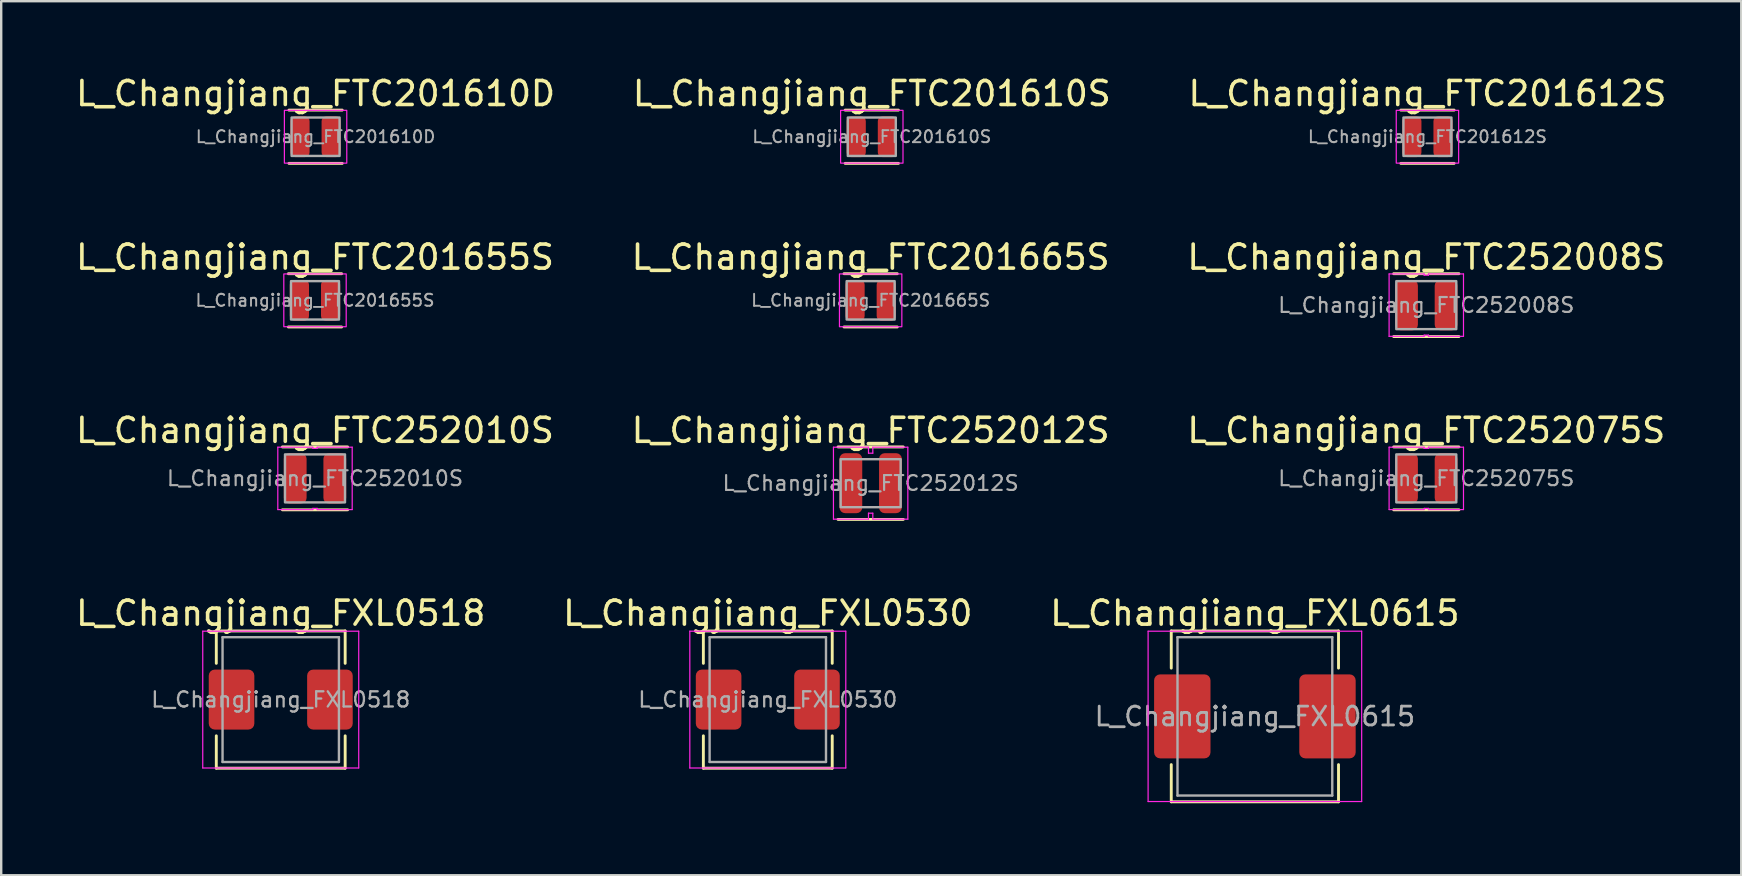
<source format=kicad_pcb>
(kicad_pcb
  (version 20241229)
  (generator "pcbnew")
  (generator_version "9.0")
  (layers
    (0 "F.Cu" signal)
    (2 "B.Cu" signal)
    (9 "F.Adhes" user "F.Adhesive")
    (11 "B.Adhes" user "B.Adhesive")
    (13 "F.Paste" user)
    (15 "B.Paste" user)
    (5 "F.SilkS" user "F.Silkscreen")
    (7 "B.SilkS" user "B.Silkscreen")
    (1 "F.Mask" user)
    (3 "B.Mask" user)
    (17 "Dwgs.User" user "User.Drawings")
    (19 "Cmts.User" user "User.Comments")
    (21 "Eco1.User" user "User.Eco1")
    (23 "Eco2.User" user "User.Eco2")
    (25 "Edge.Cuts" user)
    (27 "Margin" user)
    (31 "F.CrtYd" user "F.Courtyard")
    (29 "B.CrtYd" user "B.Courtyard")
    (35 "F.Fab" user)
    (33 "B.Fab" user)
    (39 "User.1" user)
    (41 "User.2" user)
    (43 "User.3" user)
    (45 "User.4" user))
  (footprint "L_Changjiang_FTC252075S"
    (layer "F.Cu")
    (at 56.387 16.885)
    (property "Reference" "L_Changjiang_FTC252075S" (at 0 -2 0) (layer "F.SilkS") (effects (font (size 1 1) (thickness 0.15))))
    (attr smd)
    (fp_line (start -1.36 -1.31) (end 1.36 -1.31) (stroke (width 0.12) (type solid)) (layer "F.SilkS"))
    (fp_line (start 1.36 1.31) (end -1.36 1.31) (stroke (width 0.12) (type solid)) (layer "F.SilkS"))
    (fp_line (start -1.55 -1.3) (end -0.09 -1.3) (stroke (width 0.05) (type solid)) (layer "F.CrtYd"))
    (fp_line (start -1.55 1.3) (end -1.55 -1.3) (stroke (width 0.05) (type solid)) (layer "F.CrtYd"))
    (fp_line (start -0.09 -1.3) (end -0.09 -1.25) (stroke (width 0.05) (type solid)) (layer "F.CrtYd"))
    (fp_line (start -0.09 -1.25) (end 0.09 -1.25) (stroke (width 0.05) (type solid)) (layer "F.CrtYd"))
    (fp_line (start -0.09 1.25) (end -0.09 1.3) (stroke (width 0.05) (type solid)) (layer "F.CrtYd"))
    (fp_line (start -0.09 1.3) (end -1.55 1.3) (stroke (width 0.05) (type solid)) (layer "F.CrtYd"))
    (fp_line (start 0.09 -1.3) (end 1.55 -1.3) (stroke (width 0.05) (type solid)) (layer "F.CrtYd"))
    (fp_line (start 0.09 -1.25) (end 0.09 -1.3) (stroke (width 0.05) (type solid)) (layer "F.CrtYd"))
    (fp_line (start 0.09 1.25) (end -0.09 1.25) (stroke (width 0.05) (type solid)) (layer "F.CrtYd"))
    (fp_line (start 0.09 1.3) (end 0.09 1.25) (stroke (width 0.05) (type solid)) (layer "F.CrtYd"))
    (fp_line (start 1.55 -1.3) (end 1.55 1.3) (stroke (width 0.05) (type solid)) (layer "F.CrtYd"))
    (fp_line (start 1.55 1.3) (end 0.09 1.3) (stroke (width 0.05) (type solid)) (layer "F.CrtYd"))
    (fp_rect (start -1.25 -1) (end 1.25 1) (stroke (width 0.1) (type solid)) (fill no) (layer "F.Fab"))
    (fp_text user "${REFERENCE}" (at 0 0 0) (layer "F.Fab") (effects (font (size 0.62 0.62) (thickness 0.09))))
    (pad "1" smd roundrect (at -0.825 0) (size 0.95 2.1) (layers "F.Cu" "F.Mask" "F.Paste") (roundrect_rratio 0.25))
    (pad "2" smd roundrect (at 0.825 0) (size 0.95 2.1) (layers "F.Cu" "F.Mask" "F.Paste") (roundrect_rratio 0.25)))
  (footprint "L_Changjiang_FTC201610S"
    (layer "F.Cu")
    (at 33.28 2.648)
    (property "Reference" "L_Changjiang_FTC201610S" (at 0 -1.8 0) (layer "F.SilkS") (effects (font (size 1 1) (thickness 0.15))))
    (attr smd)
    (fp_line (start -1.11 -1.11) (end 1.11 -1.11) (stroke (width 0.12) (type solid)) (layer "F.SilkS"))
    (fp_line (start 1.11 1.11) (end -1.11 1.11) (stroke (width 0.12) (type solid)) (layer "F.SilkS"))
    (fp_rect (start -1.3 -1.1) (end 1.3 1.1) (stroke (width 0.05) (type solid)) (fill no) (layer "F.CrtYd"))
    (fp_rect (start -1 -0.8) (end 1 0.8) (stroke (width 0.1) (type solid)) (fill no) (layer "F.Fab"))
    (fp_text user "${REFERENCE}" (at 0 0 0) (layer "F.Fab") (effects (font (size 0.5 0.5) (thickness 0.08))))
    (pad "1" smd roundrect (at -0.65 0) (size 0.8 1.7) (layers "F.Cu" "F.Mask" "F.Paste") (roundrect_rratio 0.25))
    (pad "2" smd roundrect (at 0.65 0) (size 0.8 1.7) (layers "F.Cu" "F.Mask" "F.Paste") (roundrect_rratio 0.25)))
  (footprint "L_Changjiang_FXL0615"
    (layer "F.Cu")
    (at 49.244 26.803)
    (property "Reference" "L_Changjiang_FXL0615" (at 0 -4.3 0) (layer "F.SilkS") (effects (font (size 1 1) (thickness 0.15))))
    (attr smd)
    (fp_line (start -3.485 -3.56) (end -3.485 -2.01) (stroke (width 0.12) (type solid)) (layer "F.SilkS"))
    (fp_line (start -3.485 -3.56) (end 3.485 -3.56) (stroke (width 0.12) (type solid)) (layer "F.SilkS"))
    (fp_line (start -3.485 3.56) (end -3.485 2.01) (stroke (width 0.12) (type solid)) (layer "F.SilkS"))
    (fp_line (start -3.485 3.56) (end 3.485 3.56) (stroke (width 0.12) (type solid)) (layer "F.SilkS"))
    (fp_line (start 3.485 -3.56) (end 3.485 -2.01) (stroke (width 0.12) (type solid)) (layer "F.SilkS"))
    (fp_line (start 3.485 3.56) (end 3.485 2.01) (stroke (width 0.12) (type solid)) (layer "F.SilkS"))
    (fp_line (start -4.45 -3.55) (end -4.45 3.55) (stroke (width 0.05) (type solid)) (layer "F.CrtYd"))
    (fp_line (start -4.45 3.55) (end 4.45 3.55) (stroke (width 0.05) (type solid)) (layer "F.CrtYd"))
    (fp_line (start 4.45 -3.55) (end -4.45 -3.55) (stroke (width 0.05) (type solid)) (layer "F.CrtYd"))
    (fp_line (start 4.45 3.55) (end 4.45 -3.55) (stroke (width 0.05) (type solid)) (layer "F.CrtYd"))
    (fp_line (start -3.225 -3.3) (end -3.225 3.3) (stroke (width 0.1) (type solid)) (layer "F.Fab"))
    (fp_line (start -3.225 3.3) (end 3.225 3.3) (stroke (width 0.1) (type solid)) (layer "F.Fab"))
    (fp_line (start 3.225 -3.3) (end -3.225 -3.3) (stroke (width 0.1) (type solid)) (layer "F.Fab"))
    (fp_line (start 3.225 3.3) (end 3.225 -3.3) (stroke (width 0.1) (type solid)) (layer "F.Fab"))
    (fp_text user "${REFERENCE}" (at 0 0 0) (layer "F.Fab") (effects (font (size 0.783 0.783) (thickness 0.117))))
    (pad "1" smd roundrect (at -3.025 0) (size 2.35 3.5) (layers "F.Cu" "F.Mask" "F.Paste") (roundrect_rratio 0.106))
    (pad "2" smd roundrect (at 3.025 0) (size 2.35 3.5) (layers "F.Cu" "F.Mask" "F.Paste") (roundrect_rratio 0.106)))
  (footprint "L_Changjiang_FXL0530"
    (layer "F.Cu")
    (at 28.946 26.103)
    (property "Reference" "L_Changjiang_FXL0530" (at 0 -3.6 0) (layer "F.SilkS") (effects (font (size 1 1) (thickness 0.15))))
    (attr smd)
    (fp_line (start -2.685 -2.86) (end -2.685 -1.51) (stroke (width 0.12) (type solid)) (layer "F.SilkS"))
    (fp_line (start -2.685 -2.86) (end 2.685 -2.86) (stroke (width 0.12) (type solid)) (layer "F.SilkS"))
    (fp_line (start -2.685 2.86) (end -2.685 1.51) (stroke (width 0.12) (type solid)) (layer "F.SilkS"))
    (fp_line (start -2.685 2.86) (end 2.685 2.86) (stroke (width 0.12) (type solid)) (layer "F.SilkS"))
    (fp_line (start 2.685 -2.86) (end 2.685 -1.51) (stroke (width 0.12) (type solid)) (layer "F.SilkS"))
    (fp_line (start 2.685 2.86) (end 2.685 1.51) (stroke (width 0.12) (type solid)) (layer "F.SilkS"))
    (fp_line (start -3.25 -2.85) (end -3.25 2.85) (stroke (width 0.05) (type solid)) (layer "F.CrtYd"))
    (fp_line (start -3.25 2.85) (end 3.25 2.85) (stroke (width 0.05) (type solid)) (layer "F.CrtYd"))
    (fp_line (start 3.25 -2.85) (end -3.25 -2.85) (stroke (width 0.05) (type solid)) (layer "F.CrtYd"))
    (fp_line (start 3.25 2.85) (end 3.25 -2.85) (stroke (width 0.05) (type solid)) (layer "F.CrtYd"))
    (fp_line (start -2.425 -2.6) (end -2.425 2.6) (stroke (width 0.1) (type solid)) (layer "F.Fab"))
    (fp_line (start -2.425 2.6) (end 2.425 2.6) (stroke (width 0.1) (type solid)) (layer "F.Fab"))
    (fp_line (start 2.425 -2.6) (end -2.425 -2.6) (stroke (width 0.1) (type solid)) (layer "F.Fab"))
    (fp_line (start 2.425 2.6) (end 2.425 -2.6) (stroke (width 0.1) (type solid)) (layer "F.Fab"))
    (fp_text user "${REFERENCE}" (at 0 0 0) (layer "F.Fab") (effects (font (size 0.633 0.633) (thickness 0.095))))
    (pad "1" smd roundrect (at -2.05 0) (size 1.9 2.5) (layers "F.Cu" "F.Mask" "F.Paste") (roundrect_rratio 0.132))
    (pad "2" smd roundrect (at 2.05 0) (size 1.9 2.5) (layers "F.Cu" "F.Mask" "F.Paste") (roundrect_rratio 0.132)))
  (footprint "L_Changjiang_FTC201665S"
    (layer "F.Cu")
    (at 33.232 9.466)
    (property "Reference" "L_Changjiang_FTC201665S" (at 0 -1.8 0) (layer "F.SilkS") (effects (font (size 1 1) (thickness 0.15))))
    (attr smd)
    (fp_line (start -1.11 -1.11) (end 1.11 -1.11) (stroke (width 0.12) (type solid)) (layer "F.SilkS"))
    (fp_line (start 1.11 1.11) (end -1.11 1.11) (stroke (width 0.12) (type solid)) (layer "F.SilkS"))
    (fp_rect (start -1.3 -1.1) (end 1.3 1.1) (stroke (width 0.05) (type solid)) (fill no) (layer "F.CrtYd"))
    (fp_rect (start -1 -0.8) (end 1 0.8) (stroke (width 0.1) (type solid)) (fill no) (layer "F.Fab"))
    (fp_text user "${REFERENCE}" (at 0 0 0) (layer "F.Fab") (effects (font (size 0.5 0.5) (thickness 0.08))))
    (pad "1" smd roundrect (at -0.65 0) (size 0.8 1.7) (layers "F.Cu" "F.Mask" "F.Paste") (roundrect_rratio 0.25))
    (pad "2" smd roundrect (at 0.65 0) (size 0.8 1.7) (layers "F.Cu" "F.Mask" "F.Paste") (roundrect_rratio 0.25)))
  (footprint "L_Changjiang_FTC252012S"
    (layer "F.Cu")
    (at 33.232 17.085)
    (property "Reference" "L_Changjiang_FTC252012S" (at 0 -2.2 0) (layer "F.SilkS") (effects (font (size 1 1) (thickness 0.15))))
    (attr smd)
    (fp_line (start -1.36 -1.51) (end 1.36 -1.51) (stroke (width 0.12) (type solid)) (layer "F.SilkS"))
    (fp_line (start 1.36 1.51) (end -1.36 1.51) (stroke (width 0.12) (type solid)) (layer "F.SilkS"))
    (fp_line (start -1.55 -1.5) (end -0.09 -1.5) (stroke (width 0.05) (type solid)) (layer "F.CrtYd"))
    (fp_line (start -1.55 1.5) (end -1.55 -1.5) (stroke (width 0.05) (type solid)) (layer "F.CrtYd"))
    (fp_line (start -0.09 -1.5) (end -0.09 -1.25) (stroke (width 0.05) (type solid)) (layer "F.CrtYd"))
    (fp_line (start -0.09 -1.25) (end 0.09 -1.25) (stroke (width 0.05) (type solid)) (layer "F.CrtYd"))
    (fp_line (start -0.09 1.25) (end -0.09 1.5) (stroke (width 0.05) (type solid)) (layer "F.CrtYd"))
    (fp_line (start -0.09 1.5) (end -1.55 1.5) (stroke (width 0.05) (type solid)) (layer "F.CrtYd"))
    (fp_line (start 0.09 -1.5) (end 1.55 -1.5) (stroke (width 0.05) (type solid)) (layer "F.CrtYd"))
    (fp_line (start 0.09 -1.25) (end 0.09 -1.5) (stroke (width 0.05) (type solid)) (layer "F.CrtYd"))
    (fp_line (start 0.09 1.25) (end -0.09 1.25) (stroke (width 0.05) (type solid)) (layer "F.CrtYd"))
    (fp_line (start 0.09 1.5) (end 0.09 1.25) (stroke (width 0.05) (type solid)) (layer "F.CrtYd"))
    (fp_line (start 1.55 -1.5) (end 1.55 1.5) (stroke (width 0.05) (type solid)) (layer "F.CrtYd"))
    (fp_line (start 1.55 1.5) (end 0.09 1.5) (stroke (width 0.05) (type solid)) (layer "F.CrtYd"))
    (fp_rect (start -1.25 -1) (end 1.25 1) (stroke (width 0.1) (type solid)) (fill no) (layer "F.Fab"))
    (fp_text user "${REFERENCE}" (at 0 0 0) (layer "F.Fab") (effects (font (size 0.62 0.62) (thickness 0.09))))
    (pad "1" smd roundrect (at -0.825 0) (size 0.95 2.5) (layers "F.Cu" "F.Mask" "F.Paste") (roundrect_rratio 0.25))
    (pad "2" smd roundrect (at 0.825 0) (size 0.95 2.5) (layers "F.Cu" "F.Mask" "F.Paste") (roundrect_rratio 0.25)))
  (footprint "L_Changjiang_FXL0518"
    (layer "F.Cu")
    (at 8.649 26.103)
    (property "Reference" "L_Changjiang_FXL0518" (at 0 -3.6 0) (layer "F.SilkS") (effects (font (size 1 1) (thickness 0.15))))
    (attr smd)
    (fp_line (start -2.685 -2.86) (end -2.685 -1.51) (stroke (width 0.12) (type solid)) (layer "F.SilkS"))
    (fp_line (start -2.685 -2.86) (end 2.685 -2.86) (stroke (width 0.12) (type solid)) (layer "F.SilkS"))
    (fp_line (start -2.685 2.86) (end -2.685 1.51) (stroke (width 0.12) (type solid)) (layer "F.SilkS"))
    (fp_line (start -2.685 2.86) (end 2.685 2.86) (stroke (width 0.12) (type solid)) (layer "F.SilkS"))
    (fp_line (start 2.685 -2.86) (end 2.685 -1.51) (stroke (width 0.12) (type solid)) (layer "F.SilkS"))
    (fp_line (start 2.685 2.86) (end 2.685 1.51) (stroke (width 0.12) (type solid)) (layer "F.SilkS"))
    (fp_line (start -3.25 -2.85) (end -3.25 2.85) (stroke (width 0.05) (type solid)) (layer "F.CrtYd"))
    (fp_line (start -3.25 2.85) (end 3.25 2.85) (stroke (width 0.05) (type solid)) (layer "F.CrtYd"))
    (fp_line (start 3.25 -2.85) (end -3.25 -2.85) (stroke (width 0.05) (type solid)) (layer "F.CrtYd"))
    (fp_line (start 3.25 2.85) (end 3.25 -2.85) (stroke (width 0.05) (type solid)) (layer "F.CrtYd"))
    (fp_line (start -2.425 -2.6) (end -2.425 2.6) (stroke (width 0.1) (type solid)) (layer "F.Fab"))
    (fp_line (start -2.425 2.6) (end 2.425 2.6) (stroke (width 0.1) (type solid)) (layer "F.Fab"))
    (fp_line (start 2.425 -2.6) (end -2.425 -2.6) (stroke (width 0.1) (type solid)) (layer "F.Fab"))
    (fp_line (start 2.425 2.6) (end 2.425 -2.6) (stroke (width 0.1) (type solid)) (layer "F.Fab"))
    (fp_text user "${REFERENCE}" (at 0 0 0) (layer "F.Fab") (effects (font (size 0.633 0.633) (thickness 0.095))))
    (pad "1" smd roundrect (at -2.05 0) (size 1.9 2.5) (layers "F.Cu" "F.Mask" "F.Paste") (roundrect_rratio 0.132))
    (pad "2" smd roundrect (at 2.05 0) (size 1.9 2.5) (layers "F.Cu" "F.Mask" "F.Paste") (roundrect_rratio 0.132)))
  (footprint "L_Changjiang_FTC252008S"
    (layer "F.Cu")
    (at 56.387 9.666)
    (property "Reference" "L_Changjiang_FTC252008S" (at 0 -2 0) (layer "F.SilkS") (effects (font (size 1 1) (thickness 0.15))))
    (attr smd)
    (fp_line (start -1.36 -1.31) (end 1.36 -1.31) (stroke (width 0.12) (type solid)) (layer "F.SilkS"))
    (fp_line (start 1.36 1.31) (end -1.36 1.31) (stroke (width 0.12) (type solid)) (layer "F.SilkS"))
    (fp_line (start -1.55 -1.3) (end -0.09 -1.3) (stroke (width 0.05) (type solid)) (layer "F.CrtYd"))
    (fp_line (start -1.55 1.3) (end -1.55 -1.3) (stroke (width 0.05) (type solid)) (layer "F.CrtYd"))
    (fp_line (start -0.09 -1.3) (end -0.09 -1.25) (stroke (width 0.05) (type solid)) (layer "F.CrtYd"))
    (fp_line (start -0.09 -1.25) (end 0.09 -1.25) (stroke (width 0.05) (type solid)) (layer "F.CrtYd"))
    (fp_line (start -0.09 1.25) (end -0.09 1.3) (stroke (width 0.05) (type solid)) (layer "F.CrtYd"))
    (fp_line (start -0.09 1.3) (end -1.55 1.3) (stroke (width 0.05) (type solid)) (layer "F.CrtYd"))
    (fp_line (start 0.09 -1.3) (end 1.55 -1.3) (stroke (width 0.05) (type solid)) (layer "F.CrtYd"))
    (fp_line (start 0.09 -1.25) (end 0.09 -1.3) (stroke (width 0.05) (type solid)) (layer "F.CrtYd"))
    (fp_line (start 0.09 1.25) (end -0.09 1.25) (stroke (width 0.05) (type solid)) (layer "F.CrtYd"))
    (fp_line (start 0.09 1.3) (end 0.09 1.25) (stroke (width 0.05) (type solid)) (layer "F.CrtYd"))
    (fp_line (start 1.55 -1.3) (end 1.55 1.3) (stroke (width 0.05) (type solid)) (layer "F.CrtYd"))
    (fp_line (start 1.55 1.3) (end 0.09 1.3) (stroke (width 0.05) (type solid)) (layer "F.CrtYd"))
    (fp_rect (start -1.25 -1) (end 1.25 1) (stroke (width 0.1) (type solid)) (fill no) (layer "F.Fab"))
    (fp_text user "${REFERENCE}" (at 0 0 0) (layer "F.Fab") (effects (font (size 0.62 0.62) (thickness 0.09))))
    (pad "1" smd roundrect (at -0.825 0) (size 0.95 2.1) (layers "F.Cu" "F.Mask" "F.Paste") (roundrect_rratio 0.25))
    (pad "2" smd roundrect (at 0.825 0) (size 0.95 2.1) (layers "F.Cu" "F.Mask" "F.Paste") (roundrect_rratio 0.25)))
  (footprint "L_Changjiang_FTC201655S"
    (layer "F.Cu")
    (at 10.077 9.466)
    (property "Reference" "L_Changjiang_FTC201655S" (at 0 -1.8 0) (layer "F.SilkS") (effects (font (size 1 1) (thickness 0.15))))
    (attr smd)
    (fp_line (start -1.11 -1.11) (end 1.11 -1.11) (stroke (width 0.12) (type solid)) (layer "F.SilkS"))
    (fp_line (start 1.11 1.11) (end -1.11 1.11) (stroke (width 0.12) (type solid)) (layer "F.SilkS"))
    (fp_rect (start -1.3 -1.1) (end 1.3 1.1) (stroke (width 0.05) (type solid)) (fill no) (layer "F.CrtYd"))
    (fp_rect (start -1 -0.8) (end 1 0.8) (stroke (width 0.1) (type solid)) (fill no) (layer "F.Fab"))
    (fp_text user "${REFERENCE}" (at 0 0 0) (layer "F.Fab") (effects (font (size 0.5 0.5) (thickness 0.08))))
    (pad "1" smd roundrect (at -0.65 0) (size 0.8 1.7) (layers "F.Cu" "F.Mask" "F.Paste") (roundrect_rratio 0.25))
    (pad "2" smd roundrect (at 0.65 0) (size 0.8 1.7) (layers "F.Cu" "F.Mask" "F.Paste") (roundrect_rratio 0.25)))
  (footprint "L_Changjiang_FTC252010S"
    (layer "F.Cu")
    (at 10.077 16.885)
    (property "Reference" "L_Changjiang_FTC252010S" (at 0 -2 0) (layer "F.SilkS") (effects (font (size 1 1) (thickness 0.15))))
    (attr smd)
    (fp_line (start -1.36 -1.31) (end 1.36 -1.31) (stroke (width 0.12) (type solid)) (layer "F.SilkS"))
    (fp_line (start 1.36 1.31) (end -1.36 1.31) (stroke (width 0.12) (type solid)) (layer "F.SilkS"))
    (fp_line (start -1.55 -1.3) (end -0.09 -1.3) (stroke (width 0.05) (type solid)) (layer "F.CrtYd"))
    (fp_line (start -1.55 1.3) (end -1.55 -1.3) (stroke (width 0.05) (type solid)) (layer "F.CrtYd"))
    (fp_line (start -0.09 -1.3) (end -0.09 -1.25) (stroke (width 0.05) (type solid)) (layer "F.CrtYd"))
    (fp_line (start -0.09 -1.25) (end 0.09 -1.25) (stroke (width 0.05) (type solid)) (layer "F.CrtYd"))
    (fp_line (start -0.09 1.25) (end -0.09 1.3) (stroke (width 0.05) (type solid)) (layer "F.CrtYd"))
    (fp_line (start -0.09 1.3) (end -1.55 1.3) (stroke (width 0.05) (type solid)) (layer "F.CrtYd"))
    (fp_line (start 0.09 -1.3) (end 1.55 -1.3) (stroke (width 0.05) (type solid)) (layer "F.CrtYd"))
    (fp_line (start 0.09 -1.25) (end 0.09 -1.3) (stroke (width 0.05) (type solid)) (layer "F.CrtYd"))
    (fp_line (start 0.09 1.25) (end -0.09 1.25) (stroke (width 0.05) (type solid)) (layer "F.CrtYd"))
    (fp_line (start 0.09 1.3) (end 0.09 1.25) (stroke (width 0.05) (type solid)) (layer "F.CrtYd"))
    (fp_line (start 1.55 -1.3) (end 1.55 1.3) (stroke (width 0.05) (type solid)) (layer "F.CrtYd"))
    (fp_line (start 1.55 1.3) (end 0.09 1.3) (stroke (width 0.05) (type solid)) (layer "F.CrtYd"))
    (fp_rect (start -1.25 -1) (end 1.25 1) (stroke (width 0.1) (type solid)) (fill no) (layer "F.Fab"))
    (fp_text user "${REFERENCE}" (at 0 0 0) (layer "F.Fab") (effects (font (size 0.62 0.62) (thickness 0.09))))
    (pad "1" smd roundrect (at -0.825 0) (size 0.95 2.1) (layers "F.Cu" "F.Mask" "F.Paste") (roundrect_rratio 0.25))
    (pad "2" smd roundrect (at 0.825 0) (size 0.95 2.1) (layers "F.Cu" "F.Mask" "F.Paste") (roundrect_rratio 0.25)))
  (footprint "L_Changjiang_FTC201612S"
    (layer "F.Cu")
    (at 56.435 2.648)
    (property "Reference" "L_Changjiang_FTC201612S" (at 0 -1.8 0) (layer "F.SilkS") (effects (font (size 1 1) (thickness 0.15))))
    (attr smd)
    (fp_line (start -1.11 -1.11) (end 1.11 -1.11) (stroke (width 0.12) (type solid)) (layer "F.SilkS"))
    (fp_line (start 1.11 1.11) (end -1.11 1.11) (stroke (width 0.12) (type solid)) (layer "F.SilkS"))
    (fp_rect (start -1.3 -1.1) (end 1.3 1.1) (stroke (width 0.05) (type solid)) (fill no) (layer "F.CrtYd"))
    (fp_rect (start -1 -0.8) (end 1 0.8) (stroke (width 0.1) (type solid)) (fill no) (layer "F.Fab"))
    (fp_text user "${REFERENCE}" (at 0 0 0) (layer "F.Fab") (effects (font (size 0.5 0.5) (thickness 0.08))))
    (pad "1" smd roundrect (at -0.65 0) (size 0.8 1.7) (layers "F.Cu" "F.Mask" "F.Paste") (roundrect_rratio 0.25))
    (pad "2" smd roundrect (at 0.65 0) (size 0.8 1.7) (layers "F.Cu" "F.Mask" "F.Paste") (roundrect_rratio 0.25)))
  (footprint "L_Changjiang_FTC201610D"
    (layer "F.Cu")
    (at 10.101 2.648)
    (property "Reference" "L_Changjiang_FTC201610D" (at 0 -1.8 0) (layer "F.SilkS") (effects (font (size 1 1) (thickness 0.15))))
    (attr smd)
    (fp_line (start -1.11 -1.11) (end 1.11 -1.11) (stroke (width 0.12) (type solid)) (layer "F.SilkS"))
    (fp_line (start 1.11 1.11) (end -1.11 1.11) (stroke (width 0.12) (type solid)) (layer "F.SilkS"))
    (fp_rect (start -1.3 -1.1) (end 1.3 1.1) (stroke (width 0.05) (type solid)) (fill no) (layer "F.CrtYd"))
    (fp_rect (start -1 -0.8) (end 1 0.8) (stroke (width 0.1) (type solid)) (fill no) (layer "F.Fab"))
    (fp_text user "${REFERENCE}" (at 0 0 0) (layer "F.Fab") (effects (font (size 0.5 0.5) (thickness 0.08))))
    (pad "1" smd roundrect (at -0.65 0) (size 0.8 1.7) (layers "F.Cu" "F.Mask" "F.Paste") (roundrect_rratio 0.25))
    (pad "2" smd roundrect (at 0.65 0) (size 0.8 1.7) (layers "F.Cu" "F.Mask" "F.Paste") (roundrect_rratio 0.25)))
  (gr_rect
    (start -3 -3)
    (end 69.512 33.423)
    (stroke (width 0.1) (type default))
    (fill no)
    (layer "Edge.Cuts")))
</source>
